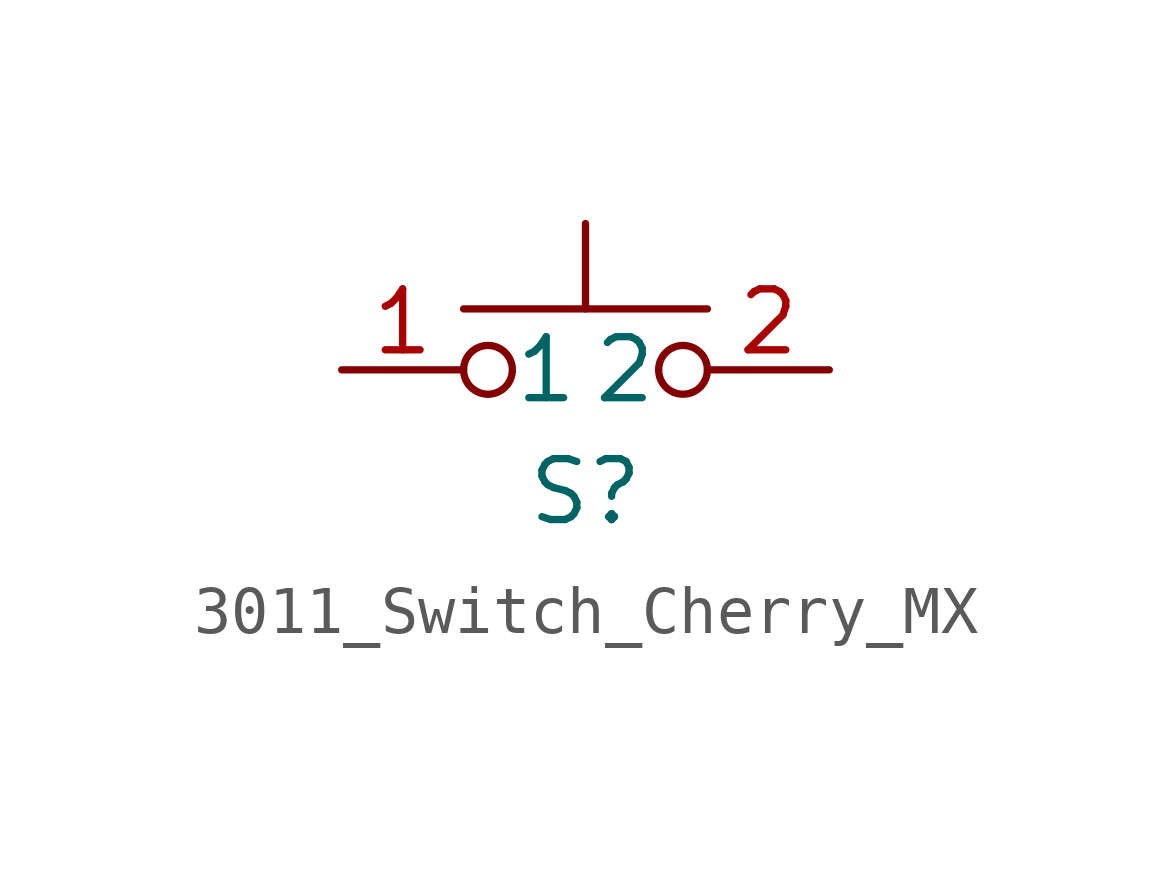
<source format=kicad_sym>
(kicad_symbol_lib
  (version 20211014)
  (generator kicad_symbol_editor)
  (symbol "3011_Switch_Cherry_MX"
    (pin_names
      (offset 1.016))
    (property "Reference" "S"
      (at 0 -2.54 0)
      (effects (font (size 1.27 1.27))))
    (symbol "3011_Switch_Cherry_MX_1_1"
      (circle (center -2.032 0) (radius 0.508) (stroke (width 0) (type default) (color 0 0 0 0)) (fill (type none)))
      (polyline (pts (xy 0 1.27) (xy 0 3.048)) (stroke (width 0) (type default) (color 0 0 0 0)) (fill (type none)))
      (polyline (pts (xy 2.54 1.27) (xy -2.54 1.27)) (stroke (width 0) (type default) (color 0 0 0 0)) (fill (type none)))
      (circle (center 2.032 0) (radius 0.508) (stroke (width 0) (type default) (color 0 0 0 0)) (fill (type none)))
      (pin passive line (at -5.08 0 0) (length 2.54) (name "1" (effects (font (size 1.27 1.27)))) (number "1" (effects (font (size 1.27 1.27)))))
      (pin passive line (at 5.08 0 180) (length 2.54) (name "2" (effects (font (size 1.27 1.27)))) (number "2" (effects (font (size 1.27 1.27))))))))
</source>
